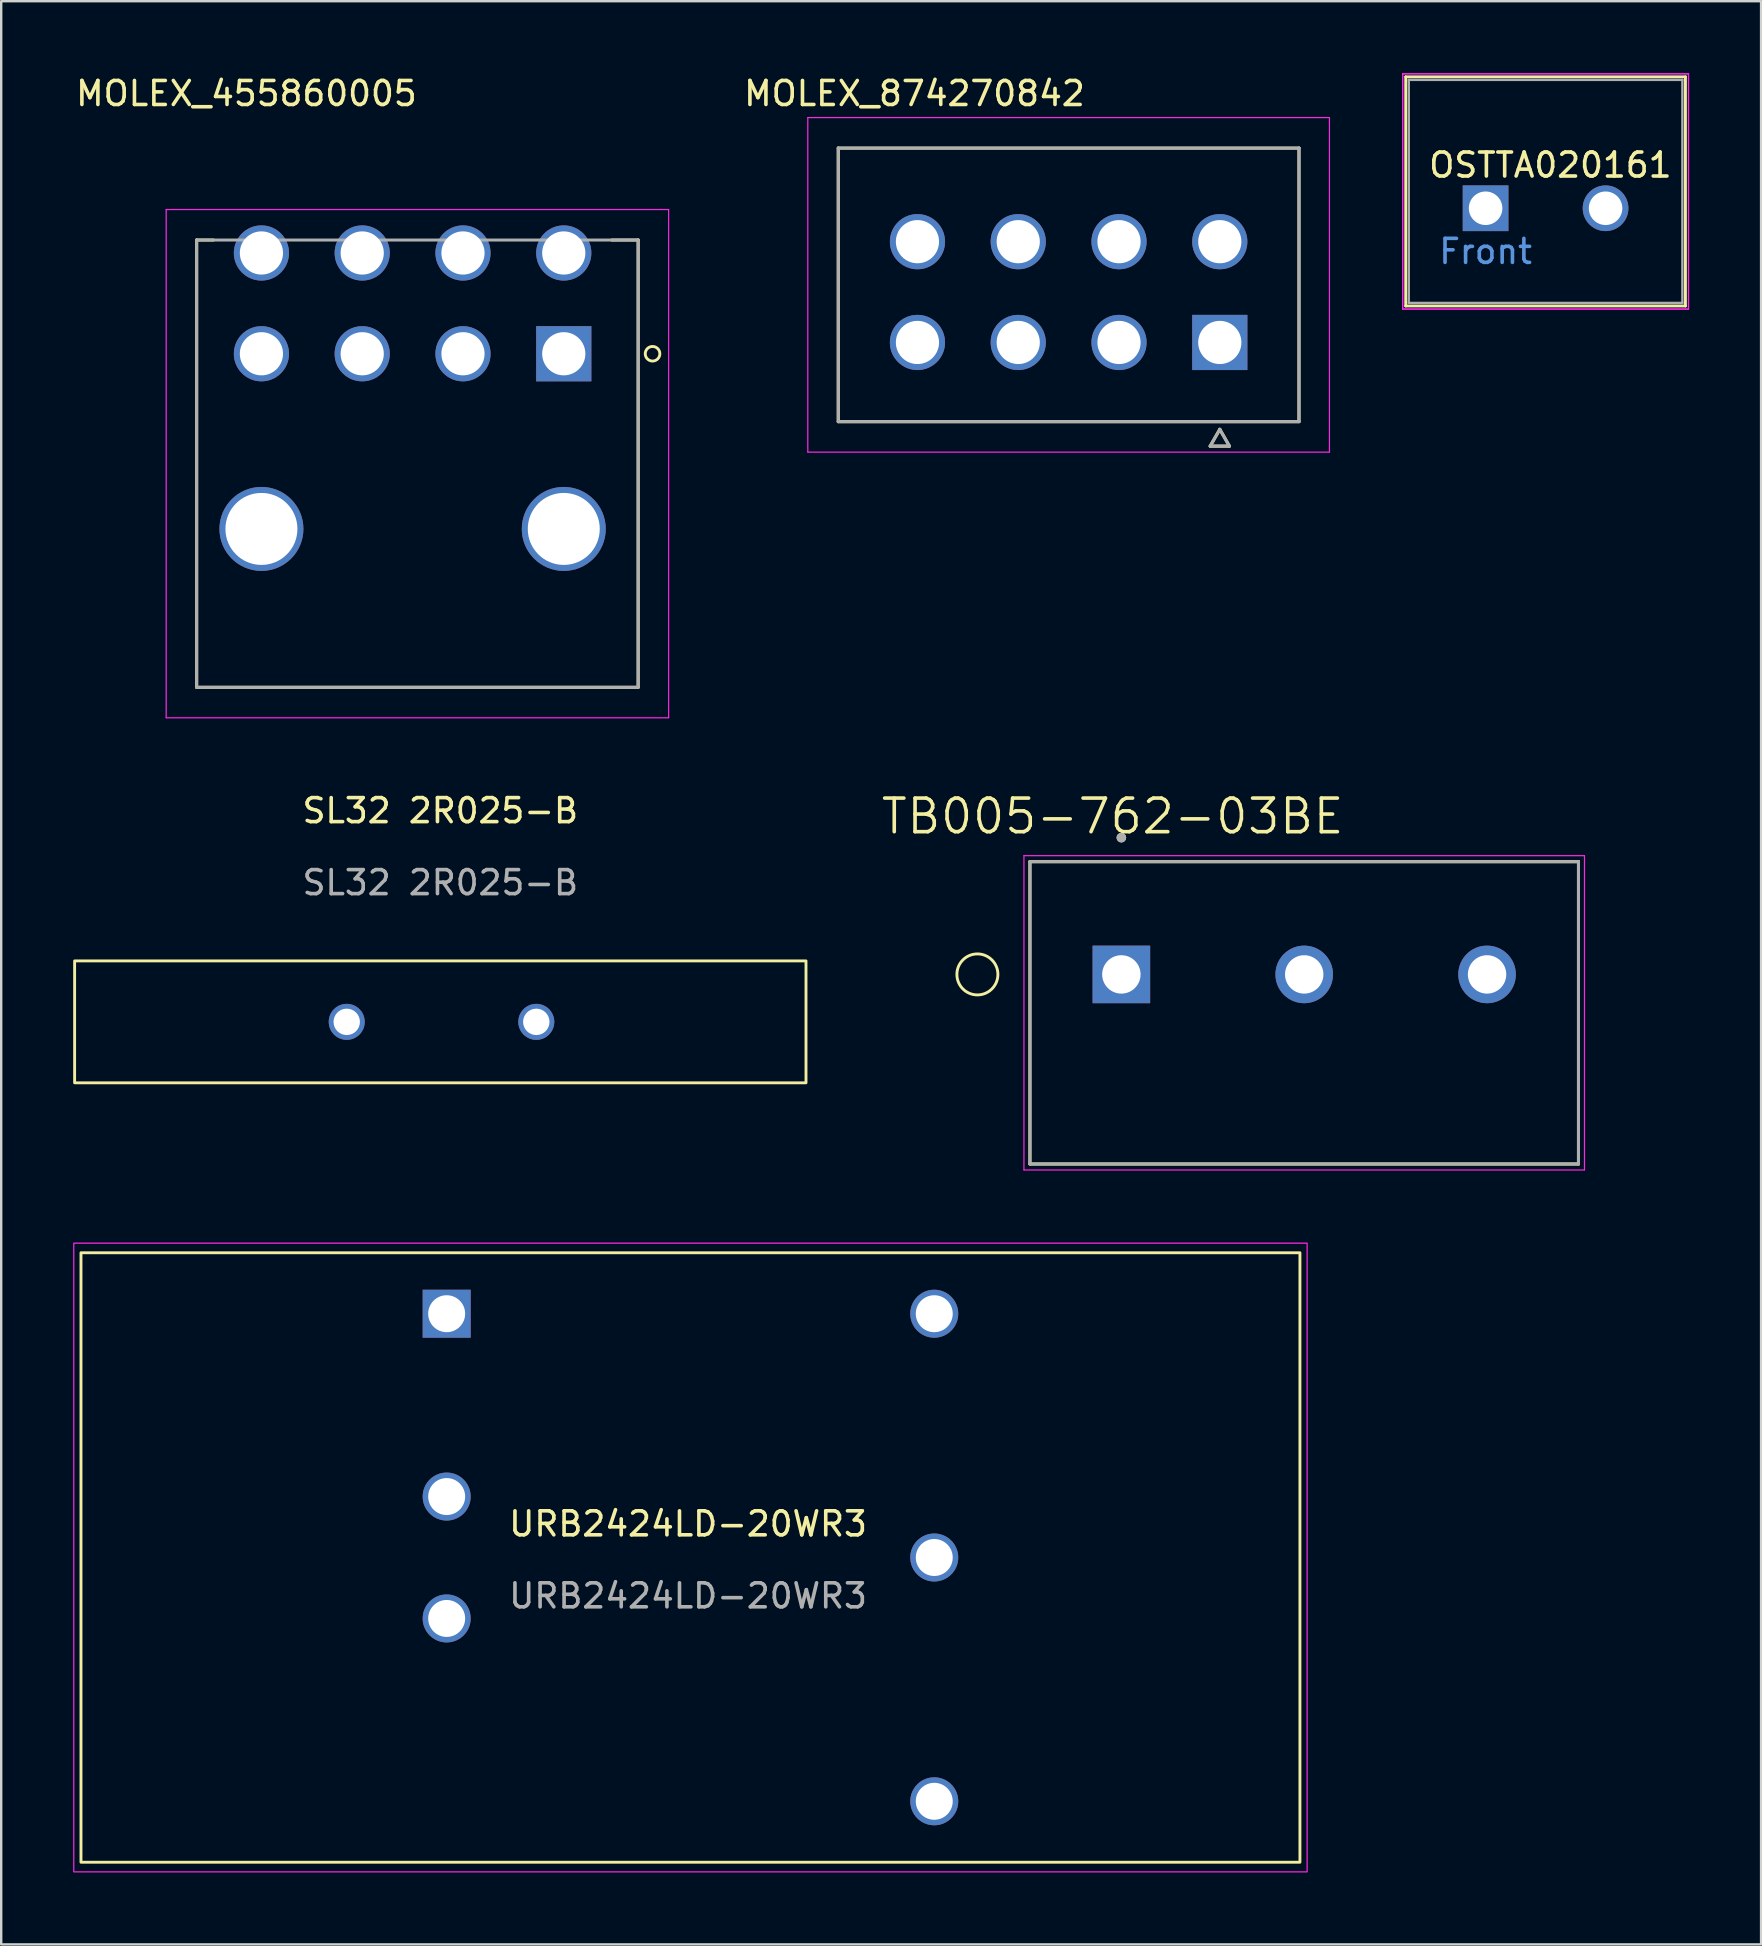
<source format=kicad_pcb>
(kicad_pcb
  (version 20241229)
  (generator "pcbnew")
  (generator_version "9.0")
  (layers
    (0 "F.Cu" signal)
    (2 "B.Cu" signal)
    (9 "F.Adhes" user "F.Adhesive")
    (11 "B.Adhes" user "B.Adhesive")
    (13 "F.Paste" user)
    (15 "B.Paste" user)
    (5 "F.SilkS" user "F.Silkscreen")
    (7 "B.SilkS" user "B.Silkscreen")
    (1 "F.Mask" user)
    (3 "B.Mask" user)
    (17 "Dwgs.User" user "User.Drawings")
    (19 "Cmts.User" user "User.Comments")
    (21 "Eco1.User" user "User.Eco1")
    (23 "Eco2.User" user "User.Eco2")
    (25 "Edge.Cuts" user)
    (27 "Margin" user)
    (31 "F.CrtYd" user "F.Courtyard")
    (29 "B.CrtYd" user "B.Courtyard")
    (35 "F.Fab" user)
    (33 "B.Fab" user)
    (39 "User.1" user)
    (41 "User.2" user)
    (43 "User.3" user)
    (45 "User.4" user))
  (footprint "MOLEX_874270842"
    (layer "F.Cu")
    (at 47.785 11.222)
    (property "Reference" "MOLEX_874270842" (at -12.725 -10.374 0) (layer "F.SilkS") (effects (font (size 1 1) (thickness 0.15))))
    (attr through_hole)
    (fp_circle (center -12.6 -4.2) (end -11.987 -4.2) (stroke (width 1.226) (type solid)) (fill no) (layer "F.Mask"))
    (fp_circle (center -12.6 0) (end -11.987 0) (stroke (width 1.226) (type solid)) (fill no) (layer "F.Mask"))
    (fp_circle (center -8.4 -4.2) (end -7.787 -4.2) (stroke (width 1.226) (type solid)) (fill no) (layer "F.Mask"))
    (fp_circle (center -8.4 0) (end -7.787 0) (stroke (width 1.226) (type solid)) (fill no) (layer "F.Mask"))
    (fp_circle (center -4.2 -4.2) (end -3.587 -4.2) (stroke (width 1.226) (type solid)) (fill no) (layer "F.Mask"))
    (fp_circle (center -4.2 0) (end -3.587 0) (stroke (width 1.226) (type solid)) (fill no) (layer "F.Mask"))
    (fp_circle (center 0 -4.2) (end 0.613 -4.2) (stroke (width 1.226) (type solid)) (fill no) (layer "F.Mask"))
    (fp_poly (pts (xy -1.226 -1.226) (xy 1.226 -1.226) (xy 1.226 1.226) (xy -1.226 1.226)) (stroke (width 0.01) (type solid)) (fill yes) (layer "F.Mask"))
    (fp_circle (center -12.6 -4.2) (end -11.987 -4.2) (stroke (width 1.226) (type solid)) (fill no) (layer "B.Mask"))
    (fp_circle (center -12.6 0) (end -11.987 0) (stroke (width 1.226) (type solid)) (fill no) (layer "B.Mask"))
    (fp_circle (center -8.4 -4.2) (end -7.787 -4.2) (stroke (width 1.226) (type solid)) (fill no) (layer "B.Mask"))
    (fp_circle (center -8.4 0) (end -7.787 0) (stroke (width 1.226) (type solid)) (fill no) (layer "B.Mask"))
    (fp_circle (center -4.2 -4.2) (end -3.587 -4.2) (stroke (width 1.226) (type solid)) (fill no) (layer "B.Mask"))
    (fp_circle (center -4.2 0) (end -3.587 0) (stroke (width 1.226) (type solid)) (fill no) (layer "B.Mask"))
    (fp_circle (center 0 -4.2) (end 0.613 -4.2) (stroke (width 1.226) (type solid)) (fill no) (layer "B.Mask"))
    (fp_poly (pts (xy -1.226 -1.226) (xy 1.226 -1.226) (xy 1.226 1.226) (xy -1.226 1.226)) (stroke (width 0.01) (type solid)) (fill yes) (layer "B.Mask"))
    (fp_line (start -15.9 -8.1) (end 3.3 -8.1) (stroke (width 0.127) (type solid)) (layer "F.SilkS"))
    (fp_line (start -15.9 3.3) (end -15.9 -8.1) (stroke (width 0.127) (type solid)) (layer "F.SilkS"))
    (fp_line (start -0.4 4.32) (end 0.4 4.32) (stroke (width 0.127) (type solid)) (layer "F.SilkS"))
    (fp_line (start 0 3.62) (end -0.4 4.32) (stroke (width 0.127) (type solid)) (layer "F.SilkS"))
    (fp_line (start 0.4 4.32) (end 0 3.62) (stroke (width 0.127) (type solid)) (layer "F.SilkS"))
    (fp_line (start 3.3 -8.1) (end 3.3 3.3) (stroke (width 0.127) (type solid)) (layer "F.SilkS"))
    (fp_line (start 3.3 3.3) (end -15.9 3.3) (stroke (width 0.127) (type solid)) (layer "F.SilkS"))
    (fp_line (start -17.17 -9.37) (end 4.57 -9.37) (stroke (width 0.05) (type solid)) (layer "F.CrtYd"))
    (fp_line (start -17.17 4.57) (end -17.17 -9.37) (stroke (width 0.05) (type solid)) (layer "F.CrtYd"))
    (fp_line (start 4.57 -9.37) (end 4.57 4.57) (stroke (width 0.05) (type solid)) (layer "F.CrtYd"))
    (fp_line (start 4.57 4.57) (end -17.17 4.57) (stroke (width 0.05) (type solid)) (layer "F.CrtYd"))
    (fp_line (start -15.9 -8.1) (end 3.3 -8.1) (stroke (width 0.127) (type solid)) (layer "F.Fab"))
    (fp_line (start -15.9 3.3) (end -15.9 -8.1) (stroke (width 0.127) (type solid)) (layer "F.Fab"))
    (fp_line (start -0.4 4.32) (end 0.4 4.32) (stroke (width 0.127) (type solid)) (layer "F.Fab"))
    (fp_line (start 0 3.62) (end -0.4 4.32) (stroke (width 0.127) (type solid)) (layer "F.Fab"))
    (fp_line (start 0.4 4.32) (end 0 3.62) (stroke (width 0.127) (type solid)) (layer "F.Fab"))
    (fp_line (start 3.3 -8.1) (end 3.3 3.3) (stroke (width 0.127) (type solid)) (layer "F.Fab"))
    (fp_line (start 3.3 3.3) (end -15.9 3.3) (stroke (width 0.127) (type solid)) (layer "F.Fab"))
    (pad "1" thru_hole rect (at 0 0) (size 2.3 2.3) (drill 1.8) (layers "*.Cu"))
    (pad "2" thru_hole circle (at -4.2 0) (size 2.3 2.3) (drill 1.8) (layers "*.Cu"))
    (pad "3" thru_hole circle (at -8.4 0) (size 2.3 2.3) (drill 1.8) (layers "*.Cu"))
    (pad "4" thru_hole circle (at -12.6 0) (size 2.3 2.3) (drill 1.8) (layers "*.Cu"))
    (pad "5" thru_hole circle (at 0 -4.2) (size 2.3 2.3) (drill 1.8) (layers "*.Cu"))
    (pad "6" thru_hole circle (at -4.2 -4.2) (size 2.3 2.3) (drill 1.8) (layers "*.Cu"))
    (pad "7" thru_hole circle (at -8.4 -4.2) (size 2.3 2.3) (drill 1.8) (layers "*.Cu"))
    (pad "8" thru_hole circle (at -12.6 -4.2) (size 2.3 2.3) (drill 1.8) (layers "*.Cu")))
  (footprint "URB2424LD-20WR3"
    (layer "F.Cu")
    (at 25.725 61.859)
    (property "Reference" "URB2424LD-20WR3" (at -0.1 -1.4 0) (unlocked yes) (layer "F.SilkS") (effects (font (size 1 1) (thickness 0.15))))
    (attr through_hole)
    (fp_rect (start -25.4 -12.7) (end 25.4 12.7) (stroke (width 0.12) (type solid)) (fill no) (layer "F.SilkS"))
    (fp_rect (start -25.7 -13.1) (end 25.7 13.1) (stroke (width 0.05) (type solid)) (fill no) (layer "F.CrtYd"))
    (fp_text user "${REFERENCE}" (at -0.1 1.6 0) (unlocked yes) (layer "F.Fab") (effects (font (size 1 1) (thickness 0.15))))
    (pad "1" thru_hole rect (at -10.16 -10.16) (size 2 2) (drill 1.54) (layers "*.Cu" "*.Mask"))
    (pad "2" thru_hole circle (at -10.16 -2.54) (size 2 2) (drill 1.54) (layers "*.Cu" "*.Mask"))
    (pad "3" thru_hole circle (at -10.16 2.54) (size 2 2) (drill 1.54) (layers "*.Cu" "*.Mask"))
    (pad "4" thru_hole circle (at 10.16 10.16) (size 2 2) (drill 1.54) (layers "*.Cu" "*.Mask"))
    (pad "5" thru_hole circle (at 10.16 0) (size 2 2) (drill 1.54) (layers "*.Cu" "*.Mask"))
    (pad "6" thru_hole circle (at 10.16 -10.16) (size 2 2) (drill 1.54) (layers "*.Cu" "*.Mask")))
  (footprint "TB005-762-03BE"
    (layer "F.Cu")
    (at 43.683 37.559)
    (property "Reference" "TB005-762-03BE" (at -0.365 -6.589 0) (layer "F.SilkS") (effects (font (size 1.4 1.4) (thickness 0.15))))
    (attr through_hole)
    (fp_line (start -3.81 -4.7) (end 19.05 -4.7) (stroke (width 0.127) (type solid)) (layer "F.SilkS"))
    (fp_line (start -3.81 7.9) (end -3.81 -4.7) (stroke (width 0.127) (type solid)) (layer "F.SilkS"))
    (fp_line (start 19.05 -4.7) (end 19.05 7.9) (stroke (width 0.127) (type solid)) (layer "F.SilkS"))
    (fp_line (start 19.05 7.9) (end -3.81 7.9) (stroke (width 0.127) (type solid)) (layer "F.SilkS"))
    (fp_circle (center -6 0) (end -5.2 0.3) (stroke (width 0.12) (type solid)) (fill no) (layer "F.SilkS"))
    (fp_circle (center 0 -5.7) (end 0.1 -5.7) (stroke (width 0.2) (type solid)) (fill no) (layer "F.SilkS"))
    (fp_line (start -4.06 -4.95) (end 19.3 -4.95) (stroke (width 0.05) (type solid)) (layer "F.CrtYd"))
    (fp_line (start -4.06 8.15) (end -4.06 -4.95) (stroke (width 0.05) (type solid)) (layer "F.CrtYd"))
    (fp_line (start 19.3 -4.95) (end 19.3 8.15) (stroke (width 0.05) (type solid)) (layer "F.CrtYd"))
    (fp_line (start 19.3 8.15) (end -4.06 8.15) (stroke (width 0.05) (type solid)) (layer "F.CrtYd"))
    (fp_line (start -3.81 -4.7) (end 19.05 -4.7) (stroke (width 0.127) (type solid)) (layer "F.Fab"))
    (fp_line (start -3.81 7.9) (end -3.81 -4.7) (stroke (width 0.127) (type solid)) (layer "F.Fab"))
    (fp_line (start 19.05 -4.7) (end 19.05 7.9) (stroke (width 0.127) (type solid)) (layer "F.Fab"))
    (fp_line (start 19.05 7.9) (end -3.81 7.9) (stroke (width 0.127) (type solid)) (layer "F.Fab"))
    (fp_circle (center 0 -5.7) (end 0.1 -5.7) (stroke (width 0.2) (type solid)) (fill no) (layer "F.Fab"))
    (pad "1" thru_hole rect (at 0 0) (size 2.4 2.4) (drill 1.6) (layers "*.Cu" "*.Mask"))
    (pad "2" thru_hole circle (at 7.62 0) (size 2.4 2.4) (drill 1.6) (layers "*.Cu" "*.Mask"))
    (pad "3" thru_hole circle (at 15.24 0) (size 2.4 2.4) (drill 1.6) (layers "*.Cu" "*.Mask")))
  (footprint "MOLEX_455860005"
    (layer "F.Cu")
    (at 20.445 11.693)
    (property "Reference" "MOLEX_455860005" (at -13.225 -10.845 0) (layer "F.SilkS") (effects (font (size 1 1) (thickness 0.15))))
    (attr through_hole)
    (fp_circle (center -12.6 -4.2) (end -11.987 -4.2) (stroke (width 1.226) (type solid)) (fill no) (layer "F.Mask"))
    (fp_circle (center -12.6 0) (end -11.987 0) (stroke (width 1.226) (type solid)) (fill no) (layer "F.Mask"))
    (fp_circle (center -12.6 7.3) (end -11.687 7.3) (stroke (width 1.826) (type solid)) (fill no) (layer "F.Mask"))
    (fp_circle (center -8.4 -4.2) (end -7.787 -4.2) (stroke (width 1.226) (type solid)) (fill no) (layer "F.Mask"))
    (fp_circle (center -8.4 0) (end -7.787 0) (stroke (width 1.226) (type solid)) (fill no) (layer "F.Mask"))
    (fp_circle (center -4.2 -4.2) (end -3.587 -4.2) (stroke (width 1.226) (type solid)) (fill no) (layer "F.Mask"))
    (fp_circle (center -4.2 0) (end -3.587 0) (stroke (width 1.226) (type solid)) (fill no) (layer "F.Mask"))
    (fp_circle (center 0 -4.2) (end 0.613 -4.2) (stroke (width 1.226) (type solid)) (fill no) (layer "F.Mask"))
    (fp_circle (center 0 7.3) (end 0.913 7.3) (stroke (width 1.826) (type solid)) (fill no) (layer "F.Mask"))
    (fp_poly (pts (xy -1.226 -1.226) (xy 1.226 -1.226) (xy 1.226 1.226) (xy -1.226 1.226)) (stroke (width 0.01) (type solid)) (fill yes) (layer "F.Mask"))
    (fp_circle (center -12.6 -4.2) (end -11.987 -4.2) (stroke (width 1.226) (type solid)) (fill no) (layer "B.Mask"))
    (fp_circle (center -12.6 0) (end -11.987 0) (stroke (width 1.226) (type solid)) (fill no) (layer "B.Mask"))
    (fp_circle (center -12.6 7.3) (end -11.687 7.3) (stroke (width 1.826) (type solid)) (fill no) (layer "B.Mask"))
    (fp_circle (center -8.4 -4.2) (end -7.787 -4.2) (stroke (width 1.226) (type solid)) (fill no) (layer "B.Mask"))
    (fp_circle (center -8.4 0) (end -7.787 0) (stroke (width 1.226) (type solid)) (fill no) (layer "B.Mask"))
    (fp_circle (center -4.2 -4.2) (end -3.587 -4.2) (stroke (width 1.226) (type solid)) (fill no) (layer "B.Mask"))
    (fp_circle (center -4.2 0) (end -3.587 0) (stroke (width 1.226) (type solid)) (fill no) (layer "B.Mask"))
    (fp_circle (center 0 -4.2) (end 0.613 -4.2) (stroke (width 1.226) (type solid)) (fill no) (layer "B.Mask"))
    (fp_circle (center 0 7.3) (end 0.913 7.3) (stroke (width 1.826) (type solid)) (fill no) (layer "B.Mask"))
    (fp_poly (pts (xy -1.226 -1.226) (xy 1.226 -1.226) (xy 1.226 1.226) (xy -1.226 1.226)) (stroke (width 0.01) (type solid)) (fill yes) (layer "B.Mask"))
    (fp_line (start -15.3 -4.74) (end -15.3 13.9) (stroke (width 0.127) (type solid)) (layer "F.SilkS"))
    (fp_line (start -15.3 13.9) (end 3.1 13.9) (stroke (width 0.127) (type solid)) (layer "F.SilkS"))
    (fp_line (start -14.6 -4.74) (end -15.3 -4.74) (stroke (width 0.127) (type solid)) (layer "F.SilkS"))
    (fp_line (start 3.1 -4.74) (end 2 -4.74) (stroke (width 0.127) (type solid)) (layer "F.SilkS"))
    (fp_line (start 3.1 13.9) (end 3.1 -4.74) (stroke (width 0.127) (type solid)) (layer "F.SilkS"))
    (fp_circle (center 3.7 0) (end 3.75 0.3) (stroke (width 0.12) (type solid)) (fill no) (layer "F.SilkS"))
    (fp_line (start -16.57 -6.01) (end 4.37 -6.01) (stroke (width 0.05) (type solid)) (layer "F.CrtYd"))
    (fp_line (start -16.57 15.17) (end -16.57 -6.01) (stroke (width 0.05) (type solid)) (layer "F.CrtYd"))
    (fp_line (start 4.37 -6.01) (end 4.37 15.17) (stroke (width 0.05) (type solid)) (layer "F.CrtYd"))
    (fp_line (start 4.37 15.17) (end -16.57 15.17) (stroke (width 0.05) (type solid)) (layer "F.CrtYd"))
    (fp_line (start -15.3 -4.74) (end -15.3 13.9) (stroke (width 0.127) (type solid)) (layer "F.Fab"))
    (fp_line (start -15.3 13.9) (end 3.1 13.9) (stroke (width 0.127) (type solid)) (layer "F.Fab"))
    (fp_line (start 3.1 -4.74) (end -15.3 -4.74) (stroke (width 0.127) (type solid)) (layer "F.Fab"))
    (fp_line (start 3.1 13.9) (end 3.1 -4.74) (stroke (width 0.127) (type solid)) (layer "F.Fab"))
    (pad "1" thru_hole rect (at 0 0) (size 2.3 2.3) (drill 1.8) (layers "*.Cu"))
    (pad "2" thru_hole circle (at -4.2 0) (size 2.3 2.3) (drill 1.8) (layers "*.Cu"))
    (pad "3" thru_hole circle (at -8.4 0) (size 2.3 2.3) (drill 1.8) (layers "*.Cu"))
    (pad "4" thru_hole circle (at -12.6 0) (size 2.3 2.3) (drill 1.8) (layers "*.Cu"))
    (pad "5" thru_hole circle (at 0 -4.2) (size 2.3 2.3) (drill 1.8) (layers "*.Cu"))
    (pad "6" thru_hole circle (at -4.2 -4.2) (size 2.3 2.3) (drill 1.8) (layers "*.Cu"))
    (pad "7" thru_hole circle (at -8.4 -4.2) (size 2.3 2.3) (drill 1.8) (layers "*.Cu"))
    (pad "8" thru_hole circle (at -12.6 -4.2) (size 2.3 2.3) (drill 1.8) (layers "*.Cu"))
    (pad "S1" thru_hole circle (at 0 7.3) (size 3.5 3.5) (drill 3) (layers "*.Cu"))
    (pad "S2" thru_hole circle (at -12.6 7.3) (size 3.5 3.5) (drill 3) (layers "*.Cu")))
  (footprint "SL32 2R025-B"
    (layer "F.Cu")
    (at 15.3 39.536)
    (property "Reference" "SL32 2R025-B" (at 0 -8.8 0) (unlocked yes) (layer "F.SilkS") (effects (font (size 1 1) (thickness 0.15))))
    (attr through_hole)
    (fp_rect (start -15.24 -2.54) (end 15.24 2.54) (stroke (width 0.12) (type solid)) (fill no) (layer "F.SilkS"))
    (fp_text user "${REFERENCE}" (at 0 -5.8 0) (unlocked yes) (layer "F.Fab") (effects (font (size 1 1) (thickness 0.15))))
    (pad "1" thru_hole circle (at -3.9 0) (size 1.5 1.5) (drill 1.1) (layers "*.Cu" "*.Mask"))
    (pad "2" thru_hole circle (at 4 0) (size 1.5 1.5) (drill 1.1) (layers "*.Cu" "*.Mask")))
  (footprint "OSTTA020161"
    (layer "F.Cu")
    (at 58.862 5.629)
    (property "Reference" "OSTTA020161" (at 2.7 -1.8 0) (layer "F.SilkS") (effects (font (size 1 1) (thickness 0.15))))
    (attr through_hole)
    (fp_line (start -3.329 -5.477) (end -3.329 4.073) (stroke (width 0.12) (type solid)) (layer "F.SilkS"))
    (fp_line (start -3.329 4.073) (end 8.329 4.073) (stroke (width 0.12) (type solid)) (layer "F.SilkS"))
    (fp_line (start 8.329 -5.477) (end -3.329 -5.477) (stroke (width 0.12) (type solid)) (layer "F.SilkS"))
    (fp_line (start 8.329 4.073) (end 8.329 -5.477) (stroke (width 0.12) (type solid)) (layer "F.SilkS"))
    (fp_line (start -3.456 -5.604) (end -3.456 4.2) (stroke (width 0.05) (type solid)) (layer "F.CrtYd"))
    (fp_line (start -3.456 -5.604) (end -3.456 4.2) (stroke (width 0.05) (type solid)) (layer "F.CrtYd"))
    (fp_line (start -3.456 4.2) (end 8.456 4.2) (stroke (width 0.05) (type solid)) (layer "F.CrtYd"))
    (fp_line (start -3.456 4.2) (end 8.456 4.2) (stroke (width 0.05) (type solid)) (layer "F.CrtYd"))
    (fp_line (start 8.456 -5.604) (end -3.456 -5.604) (stroke (width 0.05) (type solid)) (layer "F.CrtYd"))
    (fp_line (start 8.456 -5.604) (end -3.456 -5.604) (stroke (width 0.05) (type solid)) (layer "F.CrtYd"))
    (fp_line (start 8.456 4.2) (end 8.456 -5.604) (stroke (width 0.05) (type solid)) (layer "F.CrtYd"))
    (fp_line (start 8.456 4.2) (end 8.456 -5.604) (stroke (width 0.05) (type solid)) (layer "F.CrtYd"))
    (fp_line (start -3.202 -5.35) (end -3.202 3.946) (stroke (width 0.1) (type solid)) (layer "F.Fab"))
    (fp_line (start -3.202 3.946) (end 8.202 3.946) (stroke (width 0.1) (type solid)) (layer "F.Fab"))
    (fp_line (start 8.202 -5.35) (end -3.202 -5.35) (stroke (width 0.1) (type solid)) (layer "F.Fab"))
    (fp_line (start 8.202 3.946) (end 8.202 -5.35) (stroke (width 0.1) (type solid)) (layer "F.Fab"))
    (fp_text user "Front" (at 0 1.8 0) (unlocked yes) (layer "Cmts.User") (effects (font (size 1 1) (thickness 0.15))))
    (fp_text user "*" (at 0 0 0) (layer "F.Fab") (effects (font (size 1 1) (thickness 0.15))))
    (pad "1" thru_hole rect (at 0 0) (size 1.905 1.905) (drill 1.397) (layers "*.Cu" "*.Mask"))
    (pad "2" thru_hole circle (at 5 0) (size 1.905 1.905) (drill 1.397) (layers "*.Cu" "*.Mask")))
  (gr_rect
    (start -3 -3)
    (end 70.343 77.984)
    (stroke (width 0.1) (type default))
    (fill no)
    (layer "Edge.Cuts")))
</source>
